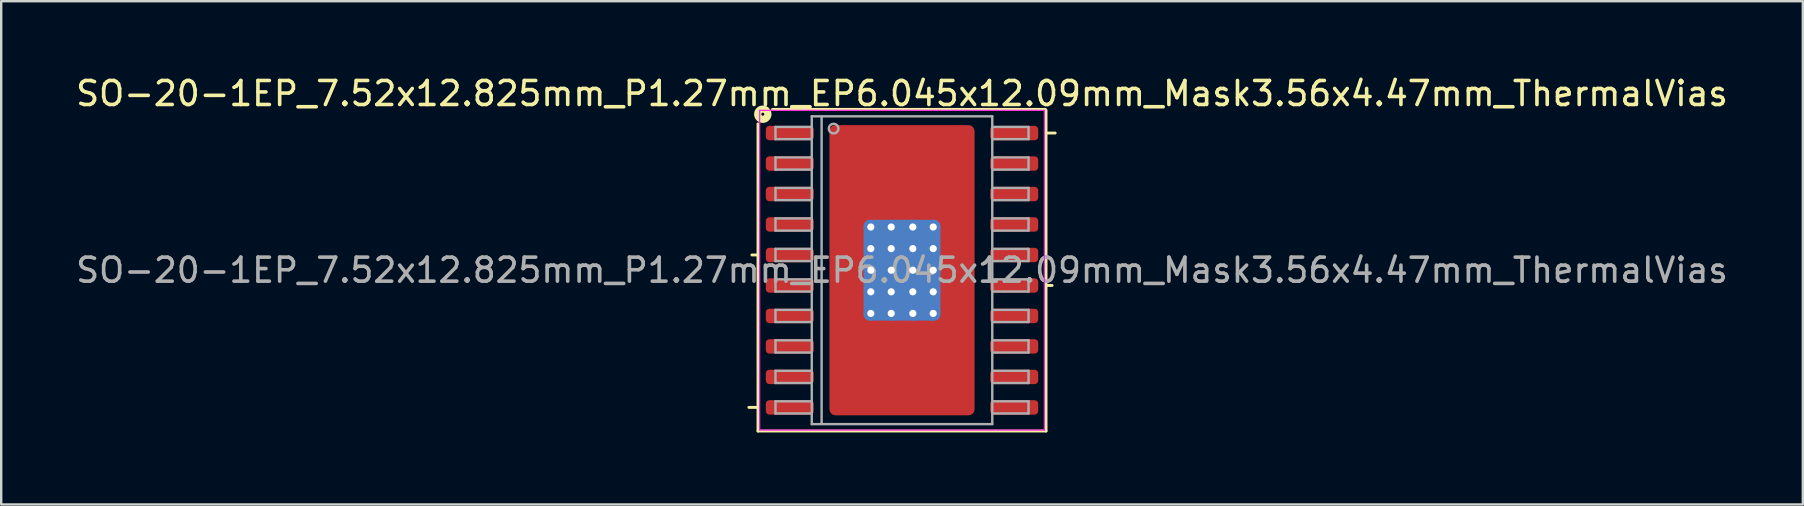
<source format=kicad_pcb>
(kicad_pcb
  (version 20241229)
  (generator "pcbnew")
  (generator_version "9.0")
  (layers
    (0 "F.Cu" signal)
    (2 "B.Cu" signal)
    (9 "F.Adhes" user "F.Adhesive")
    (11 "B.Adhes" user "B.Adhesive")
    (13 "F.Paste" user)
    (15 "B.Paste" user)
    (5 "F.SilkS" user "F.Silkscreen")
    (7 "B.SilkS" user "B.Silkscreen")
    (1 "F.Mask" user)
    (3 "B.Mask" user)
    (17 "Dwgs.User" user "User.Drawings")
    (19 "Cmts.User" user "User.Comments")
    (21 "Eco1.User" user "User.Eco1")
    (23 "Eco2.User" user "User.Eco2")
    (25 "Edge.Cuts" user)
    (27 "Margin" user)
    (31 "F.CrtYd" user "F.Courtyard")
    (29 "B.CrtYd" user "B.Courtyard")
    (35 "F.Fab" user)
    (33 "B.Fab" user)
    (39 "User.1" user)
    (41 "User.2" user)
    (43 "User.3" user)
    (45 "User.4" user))
  (footprint "SO-20-1EP_7.52x12.825mm_P1.27mm_EP6.045x12.09mm_Mask3.56x4.47mm_ThermalVias"
    (layer "F.Cu")
    (at 34.53 8.208)
    (property "Reference" "SO-20-1EP_7.52x12.825mm_P1.27mm_EP6.045x12.09mm_Mask3.56x4.47mm_ThermalVias" (at 0 -7.36 0) (layer "F.SilkS") (effects (font (size 1 1) (thickness 0.15))))
    (attr smd)
    (fp_line (start -6 -6.096) (end -6 6.7) (stroke (width 0.12) (type solid)) (layer "F.SilkS"))
    (fp_line (start -6 -0.635) (end -6.254 -0.635) (stroke (width 0.12) (type solid)) (layer "F.SilkS"))
    (fp_line (start -6 5.715) (end -6.381 5.715) (stroke (width 0.12) (type solid)) (layer "F.SilkS"))
    (fp_line (start -6 6.7) (end 6 6.7) (stroke (width 0.12) (type solid)) (layer "F.SilkS"))
    (fp_line (start 5.969 -6.7) (end -5.397 -6.7) (stroke (width 0.12) (type solid)) (layer "F.SilkS"))
    (fp_line (start 6 -5.715) (end 6.381 -5.715) (stroke (width 0.12) (type solid)) (layer "F.SilkS"))
    (fp_line (start 6 0.635) (end 6.254 0.635) (stroke (width 0.12) (type solid)) (layer "F.SilkS"))
    (fp_line (start 6 6.7) (end 6 -6.668) (stroke (width 0.12) (type solid)) (layer "F.SilkS"))
    (fp_circle (center -5.8 -6.5) (end -5.737 -6.5) (stroke (width 0.3) (type solid)) (fill no) (layer "F.SilkS"))
    (fp_line (start -5.93 -6.66) (end -5.93 6.66) (stroke (width 0.05) (type solid)) (layer "F.CrtYd"))
    (fp_line (start -5.93 6.66) (end 5.93 6.66) (stroke (width 0.05) (type solid)) (layer "F.CrtYd"))
    (fp_line (start 5.93 -6.66) (end -5.93 -6.66) (stroke (width 0.05) (type solid)) (layer "F.CrtYd"))
    (fp_line (start 5.93 6.66) (end 5.93 -6.66) (stroke (width 0.05) (type solid)) (layer "F.CrtYd"))
    (fp_line (start -5.271 -5.969) (end -5.271 -5.461) (stroke (width 0.1) (type solid)) (layer "F.Fab"))
    (fp_line (start -5.271 -5.969) (end -3.81 -5.969) (stroke (width 0.1) (type solid)) (layer "F.Fab"))
    (fp_line (start -5.271 -5.461) (end -3.81 -5.461) (stroke (width 0.1) (type solid)) (layer "F.Fab"))
    (fp_line (start -5.271 -4.699) (end -5.271 -4.191) (stroke (width 0.1) (type solid)) (layer "F.Fab"))
    (fp_line (start -5.271 -4.699) (end -3.81 -4.699) (stroke (width 0.1) (type solid)) (layer "F.Fab"))
    (fp_line (start -5.271 -4.191) (end -3.81 -4.191) (stroke (width 0.1) (type solid)) (layer "F.Fab"))
    (fp_line (start -5.271 -3.429) (end -5.271 -2.921) (stroke (width 0.1) (type solid)) (layer "F.Fab"))
    (fp_line (start -5.271 -3.429) (end -3.81 -3.429) (stroke (width 0.1) (type solid)) (layer "F.Fab"))
    (fp_line (start -5.271 -2.921) (end -3.81 -2.921) (stroke (width 0.1) (type solid)) (layer "F.Fab"))
    (fp_line (start -5.271 -2.159) (end -5.271 -1.651) (stroke (width 0.1) (type solid)) (layer "F.Fab"))
    (fp_line (start -5.271 -2.159) (end -3.81 -2.159) (stroke (width 0.1) (type solid)) (layer "F.Fab"))
    (fp_line (start -5.271 -1.651) (end -3.81 -1.651) (stroke (width 0.1) (type solid)) (layer "F.Fab"))
    (fp_line (start -5.271 -0.889) (end -5.271 -0.381) (stroke (width 0.1) (type solid)) (layer "F.Fab"))
    (fp_line (start -5.271 -0.889) (end -3.81 -0.889) (stroke (width 0.1) (type solid)) (layer "F.Fab"))
    (fp_line (start -5.271 -0.381) (end -3.81 -0.381) (stroke (width 0.1) (type solid)) (layer "F.Fab"))
    (fp_line (start -5.271 0.381) (end -5.271 0.889) (stroke (width 0.1) (type solid)) (layer "F.Fab"))
    (fp_line (start -5.271 0.381) (end -3.81 0.381) (stroke (width 0.1) (type solid)) (layer "F.Fab"))
    (fp_line (start -5.271 0.889) (end -3.81 0.889) (stroke (width 0.1) (type solid)) (layer "F.Fab"))
    (fp_line (start -5.271 1.651) (end -5.271 2.159) (stroke (width 0.1) (type solid)) (layer "F.Fab"))
    (fp_line (start -5.271 1.651) (end -3.81 1.651) (stroke (width 0.1) (type solid)) (layer "F.Fab"))
    (fp_line (start -5.271 2.159) (end -3.81 2.159) (stroke (width 0.1) (type solid)) (layer "F.Fab"))
    (fp_line (start -5.271 2.921) (end -5.271 3.429) (stroke (width 0.1) (type solid)) (layer "F.Fab"))
    (fp_line (start -5.271 2.921) (end -3.81 2.921) (stroke (width 0.1) (type solid)) (layer "F.Fab"))
    (fp_line (start -5.271 3.429) (end -3.81 3.429) (stroke (width 0.1) (type solid)) (layer "F.Fab"))
    (fp_line (start -5.271 4.191) (end -5.271 4.699) (stroke (width 0.1) (type solid)) (layer "F.Fab"))
    (fp_line (start -5.271 4.191) (end -3.81 4.191) (stroke (width 0.1) (type solid)) (layer "F.Fab"))
    (fp_line (start -5.271 4.699) (end -3.81 4.699) (stroke (width 0.1) (type solid)) (layer "F.Fab"))
    (fp_line (start -5.271 5.461) (end -5.271 5.969) (stroke (width 0.1) (type solid)) (layer "F.Fab"))
    (fp_line (start -5.271 5.461) (end -3.81 5.461) (stroke (width 0.1) (type solid)) (layer "F.Fab"))
    (fp_line (start -5.271 5.969) (end -3.81 5.969) (stroke (width 0.1) (type solid)) (layer "F.Fab"))
    (fp_line (start -3.76 -6.412) (end 3.76 -6.412) (stroke (width 0.1) (type solid)) (layer "F.Fab"))
    (fp_line (start -3.76 6.412) (end -3.76 -6.412) (stroke (width 0.1) (type solid)) (layer "F.Fab"))
    (fp_line (start -3.35 -6.4) (end -3.35 6.4) (stroke (width 0.1) (type solid)) (layer "F.Fab"))
    (fp_line (start 3.76 -6.412) (end 3.76 6.412) (stroke (width 0.1) (type solid)) (layer "F.Fab"))
    (fp_line (start 3.76 6.412) (end -3.76 6.412) (stroke (width 0.1) (type solid)) (layer "F.Fab"))
    (fp_line (start 5.271 -5.969) (end 3.81 -5.969) (stroke (width 0.1) (type solid)) (layer "F.Fab"))
    (fp_line (start 5.271 -5.461) (end 3.81 -5.461) (stroke (width 0.1) (type solid)) (layer "F.Fab"))
    (fp_line (start 5.271 -5.461) (end 5.271 -5.969) (stroke (width 0.1) (type solid)) (layer "F.Fab"))
    (fp_line (start 5.271 -4.699) (end 3.81 -4.699) (stroke (width 0.1) (type solid)) (layer "F.Fab"))
    (fp_line (start 5.271 -4.191) (end 3.81 -4.191) (stroke (width 0.1) (type solid)) (layer "F.Fab"))
    (fp_line (start 5.271 -4.191) (end 5.271 -4.699) (stroke (width 0.1) (type solid)) (layer "F.Fab"))
    (fp_line (start 5.271 -3.429) (end 3.81 -3.429) (stroke (width 0.1) (type solid)) (layer "F.Fab"))
    (fp_line (start 5.271 -2.921) (end 3.81 -2.921) (stroke (width 0.1) (type solid)) (layer "F.Fab"))
    (fp_line (start 5.271 -2.921) (end 5.271 -3.429) (stroke (width 0.1) (type solid)) (layer "F.Fab"))
    (fp_line (start 5.271 -2.159) (end 3.81 -2.159) (stroke (width 0.1) (type solid)) (layer "F.Fab"))
    (fp_line (start 5.271 -1.651) (end 3.81 -1.651) (stroke (width 0.1) (type solid)) (layer "F.Fab"))
    (fp_line (start 5.271 -1.651) (end 5.271 -2.159) (stroke (width 0.1) (type solid)) (layer "F.Fab"))
    (fp_line (start 5.271 -0.889) (end 3.81 -0.889) (stroke (width 0.1) (type solid)) (layer "F.Fab"))
    (fp_line (start 5.271 -0.381) (end 3.81 -0.381) (stroke (width 0.1) (type solid)) (layer "F.Fab"))
    (fp_line (start 5.271 -0.381) (end 5.271 -0.889) (stroke (width 0.1) (type solid)) (layer "F.Fab"))
    (fp_line (start 5.271 0.381) (end 3.81 0.381) (stroke (width 0.1) (type solid)) (layer "F.Fab"))
    (fp_line (start 5.271 0.889) (end 3.81 0.889) (stroke (width 0.1) (type solid)) (layer "F.Fab"))
    (fp_line (start 5.271 0.889) (end 5.271 0.381) (stroke (width 0.1) (type solid)) (layer "F.Fab"))
    (fp_line (start 5.271 1.651) (end 3.81 1.651) (stroke (width 0.1) (type solid)) (layer "F.Fab"))
    (fp_line (start 5.271 2.159) (end 3.81 2.159) (stroke (width 0.1) (type solid)) (layer "F.Fab"))
    (fp_line (start 5.271 2.159) (end 5.271 1.651) (stroke (width 0.1) (type solid)) (layer "F.Fab"))
    (fp_line (start 5.271 2.921) (end 3.81 2.921) (stroke (width 0.1) (type solid)) (layer "F.Fab"))
    (fp_line (start 5.271 3.429) (end 3.81 3.429) (stroke (width 0.1) (type solid)) (layer "F.Fab"))
    (fp_line (start 5.271 3.429) (end 5.271 2.921) (stroke (width 0.1) (type solid)) (layer "F.Fab"))
    (fp_line (start 5.271 4.191) (end 3.81 4.191) (stroke (width 0.1) (type solid)) (layer "F.Fab"))
    (fp_line (start 5.271 4.699) (end 3.81 4.699) (stroke (width 0.1) (type solid)) (layer "F.Fab"))
    (fp_line (start 5.271 4.699) (end 5.271 4.191) (stroke (width 0.1) (type solid)) (layer "F.Fab"))
    (fp_line (start 5.271 5.461) (end 3.81 5.461) (stroke (width 0.1) (type solid)) (layer "F.Fab"))
    (fp_line (start 5.271 5.969) (end 3.81 5.969) (stroke (width 0.1) (type solid)) (layer "F.Fab"))
    (fp_line (start 5.271 5.969) (end 5.271 5.461) (stroke (width 0.1) (type solid)) (layer "F.Fab"))
    (fp_circle (center -2.85 -5.9) (end -2.65 -5.9) (stroke (width 0.1) (type solid)) (fill no) (layer "F.Fab"))
    (fp_text user "${REFERENCE}" (at 0 0 0) (layer "F.Fab") (effects (font (size 1 1) (thickness 0.15))))
    (pad "" smd roundrect (at -0.89 -1.115) (size 1.54 1.94) (layers "F.Paste") (roundrect_rratio 0.162))
    (pad "" smd roundrect (at -0.89 1.115) (size 1.54 1.94) (layers "F.Paste") (roundrect_rratio 0.162))
    (pad "" smd roundrect (at 0 0) (size 3.56 4.47) (layers "F.Mask") (roundrect_rratio 0.069))
    (pad "" smd roundrect (at 0.89 -1.115) (size 1.54 1.94) (layers "F.Paste") (roundrect_rratio 0.162))
    (pad "" smd roundrect (at 0.89 1.115) (size 1.54 1.94) (layers "F.Paste") (roundrect_rratio 0.162))
    (pad "1" smd roundrect (at -4.675 -5.715) (size 2 0.6) (layers "F.Cu" "F.Mask" "F.Paste") (roundrect_rratio 0.25))
    (pad "2" smd roundrect (at -4.675 -4.445) (size 2 0.6) (layers "F.Cu" "F.Mask" "F.Paste") (roundrect_rratio 0.25))
    (pad "3" smd roundrect (at -4.675 -3.175) (size 2 0.6) (layers "F.Cu" "F.Mask" "F.Paste") (roundrect_rratio 0.25))
    (pad "4" smd roundrect (at -4.675 -1.905) (size 2 0.6) (layers "F.Cu" "F.Mask" "F.Paste") (roundrect_rratio 0.25))
    (pad "5" smd roundrect (at -4.675 -0.635) (size 2 0.6) (layers "F.Cu" "F.Mask" "F.Paste") (roundrect_rratio 0.25))
    (pad "6" smd roundrect (at -4.675 0.635) (size 2 0.6) (layers "F.Cu" "F.Mask" "F.Paste") (roundrect_rratio 0.25))
    (pad "7" smd roundrect (at -4.675 1.905) (size 2 0.6) (layers "F.Cu" "F.Mask" "F.Paste") (roundrect_rratio 0.25))
    (pad "8" smd roundrect (at -4.675 3.175) (size 2 0.6) (layers "F.Cu" "F.Mask" "F.Paste") (roundrect_rratio 0.25))
    (pad "9" smd roundrect (at -4.675 4.445) (size 2 0.6) (layers "F.Cu" "F.Mask" "F.Paste") (roundrect_rratio 0.25))
    (pad "10" smd roundrect (at -4.675 5.715) (size 2 0.6) (layers "F.Cu" "F.Mask" "F.Paste") (roundrect_rratio 0.25))
    (pad "11" smd roundrect (at 4.675 5.715) (size 2 0.6) (layers "F.Cu" "F.Mask" "F.Paste") (roundrect_rratio 0.25))
    (pad "12" smd roundrect (at 4.675 4.445) (size 2 0.6) (layers "F.Cu" "F.Mask" "F.Paste") (roundrect_rratio 0.25))
    (pad "13" smd roundrect (at 4.675 3.175) (size 2 0.6) (layers "F.Cu" "F.Mask" "F.Paste") (roundrect_rratio 0.25))
    (pad "14" smd roundrect (at 4.675 1.905) (size 2 0.6) (layers "F.Cu" "F.Mask" "F.Paste") (roundrect_rratio 0.25))
    (pad "15" smd roundrect (at 4.675 0.635) (size 2 0.6) (layers "F.Cu" "F.Mask" "F.Paste") (roundrect_rratio 0.25))
    (pad "16" smd roundrect (at 4.675 -0.635) (size 2 0.6) (layers "F.Cu" "F.Mask" "F.Paste") (roundrect_rratio 0.25))
    (pad "17" smd roundrect (at 4.675 -1.905) (size 2 0.6) (layers "F.Cu" "F.Mask" "F.Paste") (roundrect_rratio 0.25))
    (pad "18" smd roundrect (at 4.675 -3.175) (size 2 0.6) (layers "F.Cu" "F.Mask" "F.Paste") (roundrect_rratio 0.25))
    (pad "19" smd roundrect (at 4.675 -4.445) (size 2 0.6) (layers "F.Cu" "F.Mask" "F.Paste") (roundrect_rratio 0.25))
    (pad "20" smd roundrect (at 4.675 -5.715) (size 2 0.6) (layers "F.Cu" "F.Mask" "F.Paste") (roundrect_rratio 0.25))
    (pad "21" thru_hole circle (at -1.3 -1.8) (size 0.6 0.6) (drill 0.3) (property pad_prop_heatsink) (layers "*.Cu"))
    (pad "21" thru_hole circle (at -1.3 -0.9) (size 0.6 0.6) (drill 0.3) (property pad_prop_heatsink) (layers "*.Cu"))
    (pad "21" thru_hole circle (at -1.3 0) (size 0.6 0.6) (drill 0.3) (property pad_prop_heatsink) (layers "*.Cu"))
    (pad "21" thru_hole circle (at -1.3 0.9) (size 0.6 0.6) (drill 0.3) (property pad_prop_heatsink) (layers "*.Cu"))
    (pad "21" thru_hole circle (at -1.3 1.8) (size 0.6 0.6) (drill 0.3) (property pad_prop_heatsink) (layers "*.Cu"))
    (pad "21" thru_hole circle (at -0.45 -1.8) (size 0.6 0.6) (drill 0.3) (property pad_prop_heatsink) (layers "*.Cu"))
    (pad "21" thru_hole circle (at -0.45 -0.9) (size 0.6 0.6) (drill 0.3) (property pad_prop_heatsink) (layers "*.Cu"))
    (pad "21" thru_hole circle (at -0.45 0) (size 0.6 0.6) (drill 0.3) (property pad_prop_heatsink) (layers "*.Cu"))
    (pad "21" thru_hole circle (at -0.45 0.9) (size 0.6 0.6) (drill 0.3) (property pad_prop_heatsink) (layers "*.Cu"))
    (pad "21" thru_hole circle (at -0.45 1.8) (size 0.6 0.6) (drill 0.3) (property pad_prop_heatsink) (layers "*.Cu"))
    (pad "21" smd roundrect (at 0 0) (size 3.2 4.2) (layers "B.Cu" "B.Mask") (roundrect_rratio 0.078))
    (pad "21" smd roundrect (at 0 0) (size 6.045 12.09) (layers "F.Cu") (roundrect_rratio 0.041))
    (pad "21" thru_hole circle (at 0.45 -1.8) (size 0.6 0.6) (drill 0.3) (property pad_prop_heatsink) (layers "*.Cu"))
    (pad "21" thru_hole circle (at 0.45 -0.9) (size 0.6 0.6) (drill 0.3) (property pad_prop_heatsink) (layers "*.Cu"))
    (pad "21" thru_hole circle (at 0.45 0) (size 0.6 0.6) (drill 0.3) (property pad_prop_heatsink) (layers "*.Cu"))
    (pad "21" thru_hole circle (at 0.45 0.9) (size 0.6 0.6) (drill 0.3) (property pad_prop_heatsink) (layers "*.Cu"))
    (pad "21" thru_hole circle (at 0.45 1.8) (size 0.6 0.6) (drill 0.3) (property pad_prop_heatsink) (layers "*.Cu"))
    (pad "21" thru_hole circle (at 1.3 -1.8) (size 0.6 0.6) (drill 0.3) (property pad_prop_heatsink) (layers "*.Cu"))
    (pad "21" thru_hole circle (at 1.3 -0.9) (size 0.6 0.6) (drill 0.3) (property pad_prop_heatsink) (layers "*.Cu"))
    (pad "21" thru_hole circle (at 1.3 0) (size 0.6 0.6) (drill 0.3) (property pad_prop_heatsink) (layers "*.Cu"))
    (pad "21" thru_hole circle (at 1.3 0.9) (size 0.6 0.6) (drill 0.3) (property pad_prop_heatsink) (layers "*.Cu"))
    (pad "21" thru_hole circle (at 1.3 1.8) (size 0.6 0.6) (drill 0.3) (property pad_prop_heatsink) (layers "*.Cu")))
  (gr_rect
    (start -3 -3)
    (end 72.06 17.968)
    (stroke (width 0.1) (type default))
    (fill no)
    (layer "Edge.Cuts")))
</source>
